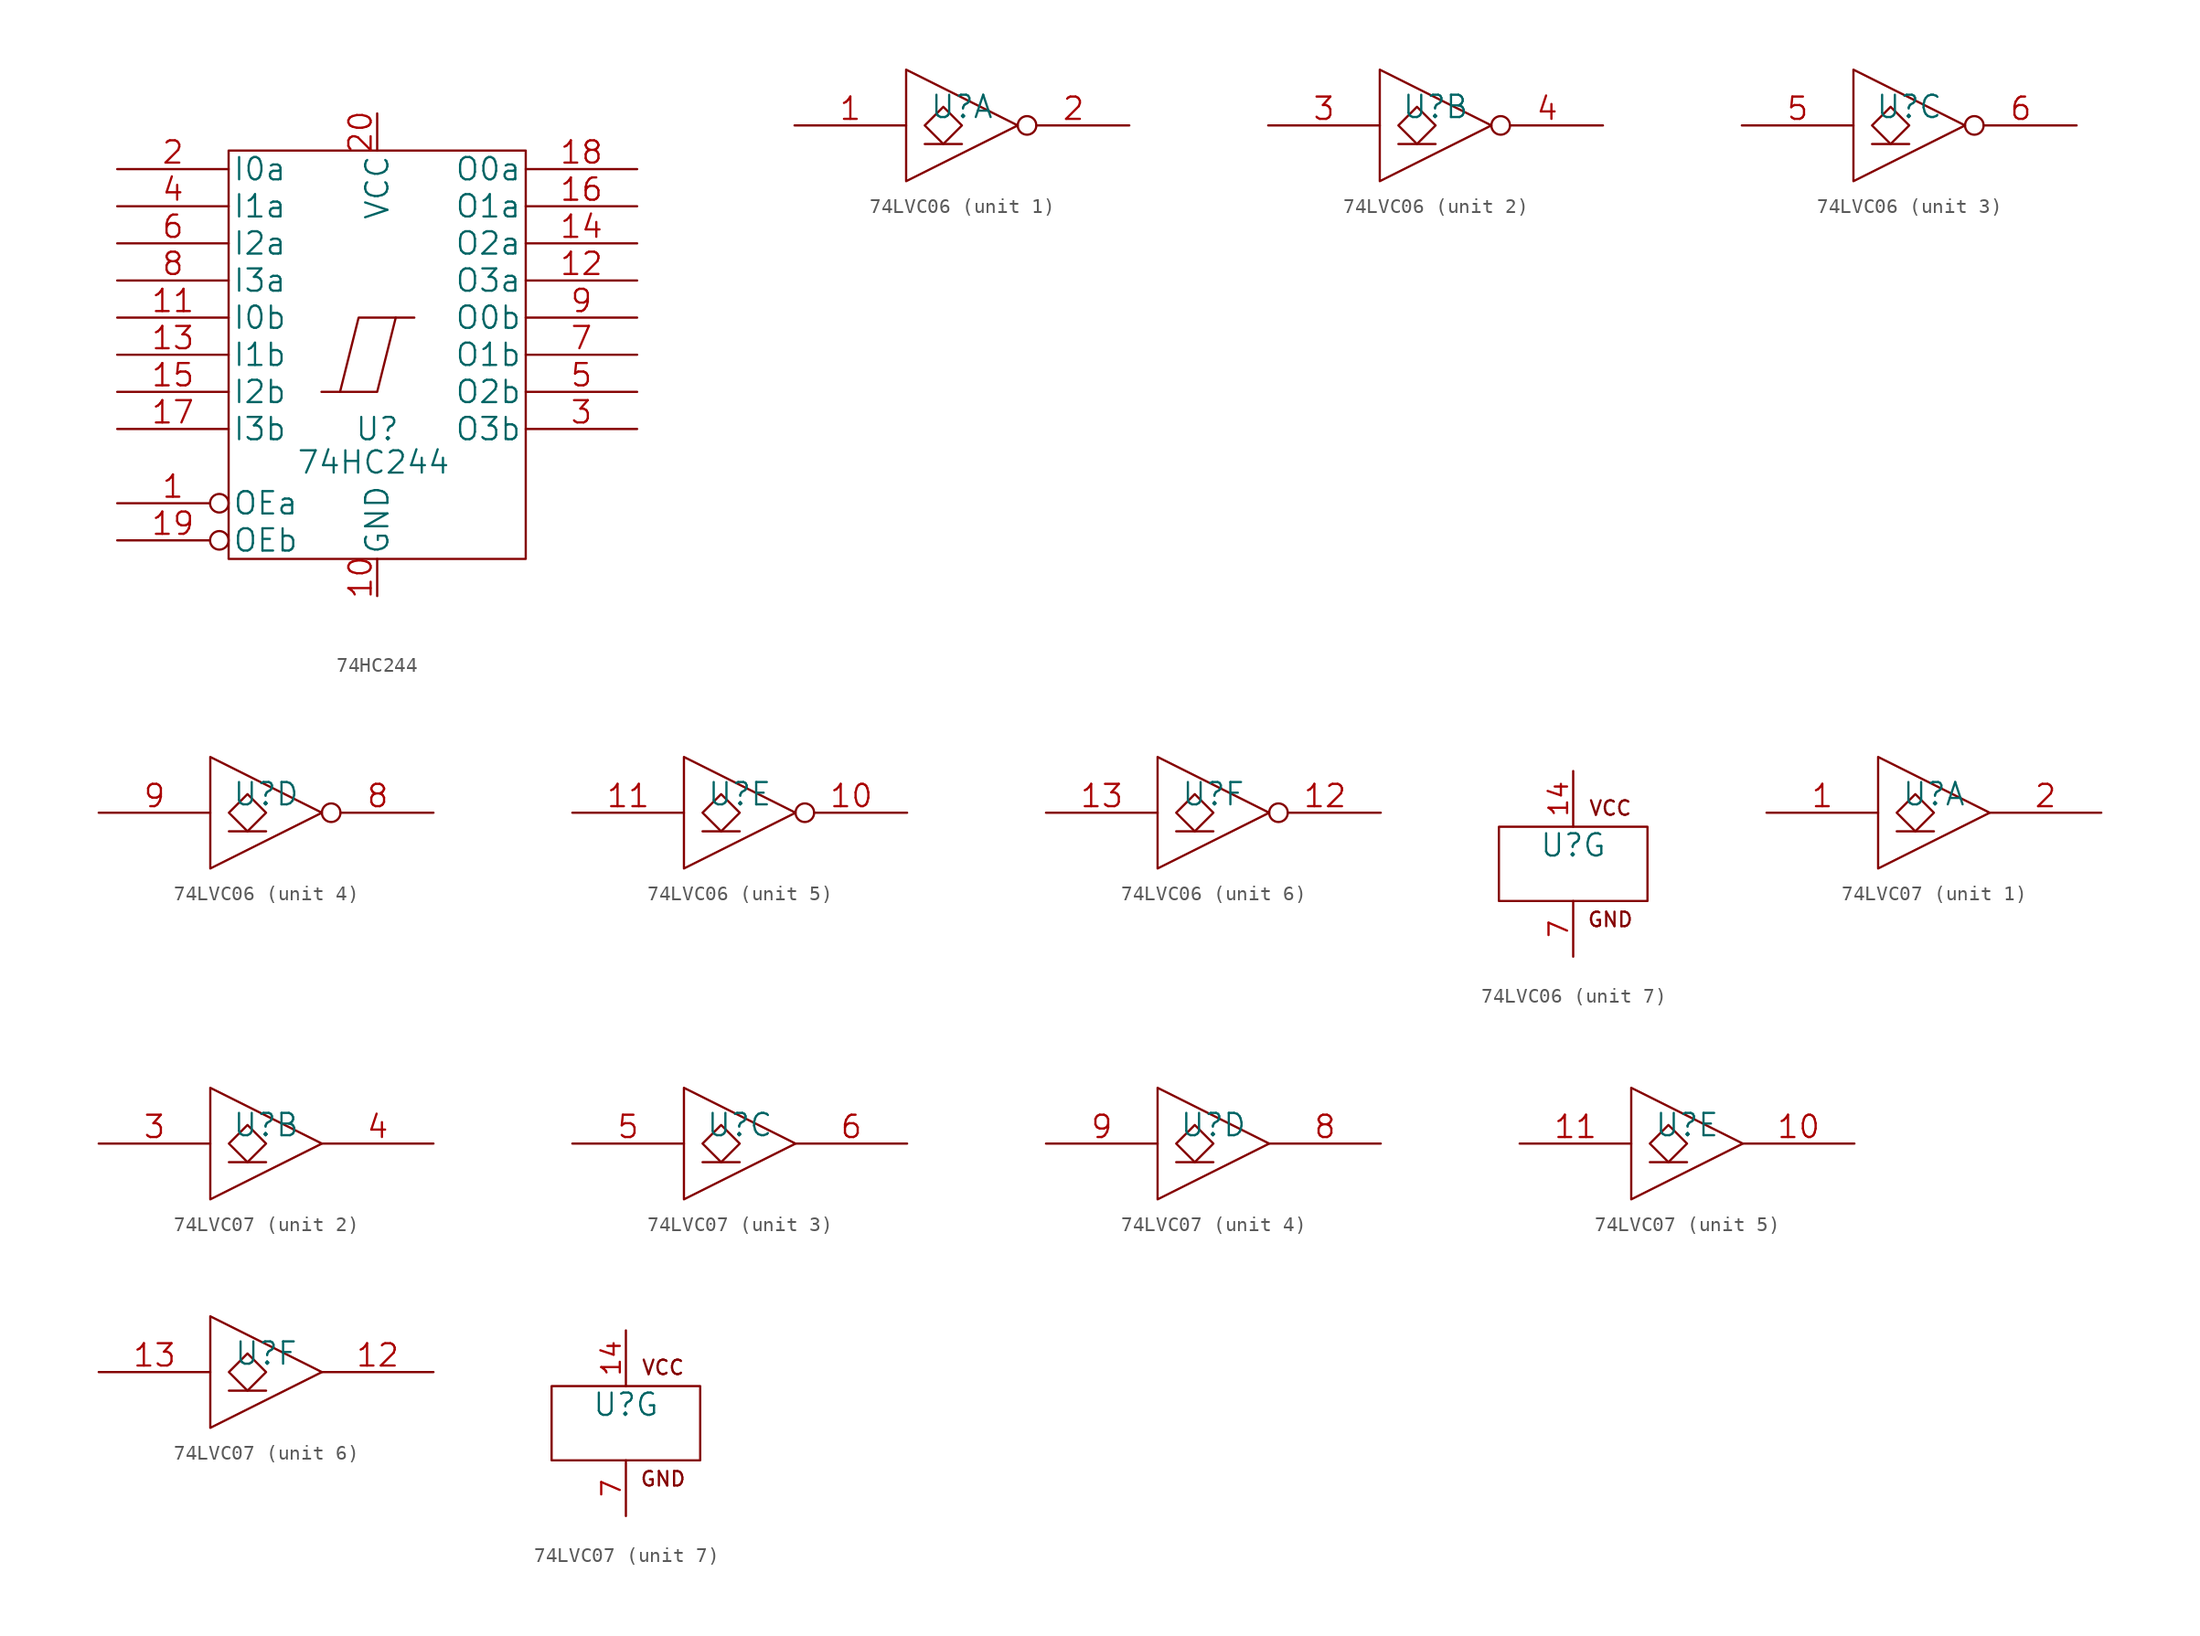
<source format=kicad_sym>
(kicad_symbol_lib
  (version 20211014)
  (generator kicad_symbol_editor)
  (symbol "74HC244"
    (pin_names
      (offset 0.254))
    (property "Reference" "U"
      (at 0 -5.08 0)
      (effects (font (size 1.524 1.524))))
    (property "Value" "74HC244"
      (at -0.254 -7.366 0)
      (effects (font (size 1.524 1.524))))
    (property "Footprint" ""
      (at 0 0 0)
      (effects (font (size 1.524 1.524))))
    (property "Datasheet" ""
      (at 0 0 0)
      (effects (font (size 1.524 1.524))))
    (symbol "74HC244_0_0"
      (pin power_in line (at 0 -16.51 90) (length 2.54) (name "GND" (effects (font (size 1.524 1.524)))) (number "10" (effects (font (size 1.524 1.524)))))
      (pin power_in line (at 0 16.51 270) (length 2.54) (name "VCC" (effects (font (size 1.524 1.524)))) (number "20" (effects (font (size 1.524 1.524))))))
    (symbol "74HC244_0_1"
      (rectangle (start -10.16 13.97) (end 10.16 -13.97) (stroke (width 0) (type default) (color 0 0 0 0)) (fill (type none)))
      (polyline (pts (xy 1.27 2.54) (xy 0 -2.54) (xy -2.54 -2.54)) (stroke (width 0) (type default) (color 0 0 0 0)) (fill (type none)))
      (polyline (pts (xy 2.54 2.54) (xy -1.27 2.54) (xy -2.54 -2.54) (xy -3.81 -2.54)) (stroke (width 0) (type default) (color 0 0 0 0)) (fill (type none))))
    (symbol "74HC244_1_1"
      (pin input inverted (at -17.78 -10.16 0) (length 7.62) (name "OEa" (effects (font (size 1.524 1.524)))) (number "1" (effects (font (size 1.524 1.524)))))
      (pin input line (at -17.78 2.54 0) (length 7.62) (name "I0b" (effects (font (size 1.524 1.524)))) (number "11" (effects (font (size 1.524 1.524)))))
      (pin tri_state line (at 17.78 5.08 180) (length 7.62) (name "O3a" (effects (font (size 1.524 1.524)))) (number "12" (effects (font (size 1.524 1.524)))))
      (pin input line (at -17.78 0 0) (length 7.62) (name "I1b" (effects (font (size 1.524 1.524)))) (number "13" (effects (font (size 1.524 1.524)))))
      (pin tri_state line (at 17.78 7.62 180) (length 7.62) (name "O2a" (effects (font (size 1.524 1.524)))) (number "14" (effects (font (size 1.524 1.524)))))
      (pin input line (at -17.78 -2.54 0) (length 7.62) (name "I2b" (effects (font (size 1.524 1.524)))) (number "15" (effects (font (size 1.524 1.524)))))
      (pin tri_state line (at 17.78 10.16 180) (length 7.62) (name "O1a" (effects (font (size 1.524 1.524)))) (number "16" (effects (font (size 1.524 1.524)))))
      (pin input line (at -17.78 -5.08 0) (length 7.62) (name "I3b" (effects (font (size 1.524 1.524)))) (number "17" (effects (font (size 1.524 1.524)))))
      (pin tri_state line (at 17.78 12.7 180) (length 7.62) (name "O0a" (effects (font (size 1.524 1.524)))) (number "18" (effects (font (size 1.524 1.524)))))
      (pin input inverted (at -17.78 -12.7 0) (length 7.62) (name "OEb" (effects (font (size 1.524 1.524)))) (number "19" (effects (font (size 1.524 1.524)))))
      (pin input line (at -17.78 12.7 0) (length 7.62) (name "I0a" (effects (font (size 1.524 1.524)))) (number "2" (effects (font (size 1.524 1.524)))))
      (pin tri_state line (at 17.78 -5.08 180) (length 7.62) (name "O3b" (effects (font (size 1.524 1.524)))) (number "3" (effects (font (size 1.524 1.524)))))
      (pin input line (at -17.78 10.16 0) (length 7.62) (name "I1a" (effects (font (size 1.524 1.524)))) (number "4" (effects (font (size 1.524 1.524)))))
      (pin tri_state line (at 17.78 -2.54 180) (length 7.62) (name "O2b" (effects (font (size 1.524 1.524)))) (number "5" (effects (font (size 1.524 1.524)))))
      (pin input line (at -17.78 7.62 0) (length 7.62) (name "I2a" (effects (font (size 1.524 1.524)))) (number "6" (effects (font (size 1.524 1.524)))))
      (pin tri_state line (at 17.78 0 180) (length 7.62) (name "O1b" (effects (font (size 1.524 1.524)))) (number "7" (effects (font (size 1.524 1.524)))))
      (pin input line (at -17.78 5.08 0) (length 7.62) (name "I3a" (effects (font (size 1.524 1.524)))) (number "8" (effects (font (size 1.524 1.524)))))
      (pin tri_state line (at 17.78 2.54 180) (length 7.62) (name "O0b" (effects (font (size 1.524 1.524)))) (number "9" (effects (font (size 1.524 1.524)))))))
  (symbol "74LVC06"
    (pin_names
      (offset 0.762))
    (property "Reference" "U"
      (at 0 1.27 0)
      (effects (font (size 1.524 1.524))))
    (property "Footprint" ""
      (at 0 0 0)
      (effects (font (size 1.524 1.524))))
    (property "Datasheet" ""
      (at 0 0 0)
      (effects (font (size 1.524 1.524))))
    (property "ki_locked" ""
      (at 0 0 0)
      (effects (font (size 1.27 1.27))))
    (symbol "74LVC06_1_0"
      (polyline (pts (xy -3.81 3.81) (xy -3.81 -3.81) (xy 3.81 0) (xy -3.81 3.81)) (stroke (width 0) (type default) (color 0 0 0 0)) (fill (type none))))
    (symbol "74LVC06_1_1"
      (polyline (pts (xy -2.54 -1.27) (xy 0 -1.27)) (stroke (width 0) (type default) (color 0 0 0 0)) (fill (type none)))
      (polyline (pts (xy -1.27 1.27) (xy -2.54 0) (xy -1.27 -1.27) (xy 0 0) (xy -1.27 1.27)) (stroke (width 0) (type default) (color 0 0 0 0)) (fill (type none)))
      (pin input line (at -11.43 0 0) (length 7.62) (name "~" (effects (font (size 1.524 1.524)))) (number "1" (effects (font (size 1.524 1.524)))))
      (pin open_collector inverted (at 11.43 0 180) (length 7.62) (name "~" (effects (font (size 1.524 1.524)))) (number "2" (effects (font (size 1.524 1.524))))))
    (symbol "74LVC06_2_0"
      (polyline (pts (xy -3.81 3.81) (xy -3.81 -3.81) (xy 3.81 0) (xy -3.81 3.81)) (stroke (width 0) (type default) (color 0 0 0 0)) (fill (type none))))
    (symbol "74LVC06_2_1"
      (polyline (pts (xy -2.54 -1.27) (xy 0 -1.27)) (stroke (width 0) (type default) (color 0 0 0 0)) (fill (type none)))
      (polyline (pts (xy -1.27 1.27) (xy -2.54 0) (xy -1.27 -1.27) (xy 0 0) (xy -1.27 1.27)) (stroke (width 0) (type default) (color 0 0 0 0)) (fill (type none)))
      (pin input line (at -11.43 0 0) (length 7.62) (name "~" (effects (font (size 1.524 1.524)))) (number "3" (effects (font (size 1.524 1.524)))))
      (pin open_collector inverted (at 11.43 0 180) (length 7.62) (name "~" (effects (font (size 1.524 1.524)))) (number "4" (effects (font (size 1.524 1.524))))))
    (symbol "74LVC06_3_0"
      (polyline (pts (xy -3.81 3.81) (xy -3.81 -3.81) (xy 3.81 0) (xy -3.81 3.81)) (stroke (width 0) (type default) (color 0 0 0 0)) (fill (type none))))
    (symbol "74LVC06_3_1"
      (polyline (pts (xy -2.54 -1.27) (xy 0 -1.27)) (stroke (width 0) (type default) (color 0 0 0 0)) (fill (type none)))
      (polyline (pts (xy -1.27 1.27) (xy -2.54 0) (xy -1.27 -1.27) (xy 0 0) (xy -1.27 1.27)) (stroke (width 0) (type default) (color 0 0 0 0)) (fill (type none)))
      (pin input line (at -11.43 0 0) (length 7.62) (name "~" (effects (font (size 1.524 1.524)))) (number "5" (effects (font (size 1.524 1.524)))))
      (pin open_collector inverted (at 11.43 0 180) (length 7.62) (name "~" (effects (font (size 1.524 1.524)))) (number "6" (effects (font (size 1.524 1.524))))))
    (symbol "74LVC06_4_0"
      (polyline (pts (xy -3.81 3.81) (xy -3.81 -3.81) (xy 3.81 0) (xy -3.81 3.81)) (stroke (width 0) (type default) (color 0 0 0 0)) (fill (type none))))
    (symbol "74LVC06_4_1"
      (polyline (pts (xy -2.54 -1.27) (xy 0 -1.27)) (stroke (width 0) (type default) (color 0 0 0 0)) (fill (type none)))
      (polyline (pts (xy -1.27 1.27) (xy -2.54 0) (xy -1.27 -1.27) (xy 0 0) (xy -1.27 1.27)) (stroke (width 0) (type default) (color 0 0 0 0)) (fill (type none)))
      (pin open_collector inverted (at 11.43 0 180) (length 7.62) (name "~" (effects (font (size 1.524 1.524)))) (number "8" (effects (font (size 1.524 1.524)))))
      (pin input line (at -11.43 0 0) (length 7.62) (name "~" (effects (font (size 1.524 1.524)))) (number "9" (effects (font (size 1.524 1.524))))))
    (symbol "74LVC06_5_0"
      (polyline (pts (xy -3.81 3.81) (xy -3.81 -3.81) (xy 3.81 0) (xy -3.81 3.81)) (stroke (width 0) (type default) (color 0 0 0 0)) (fill (type none))))
    (symbol "74LVC06_5_1"
      (polyline (pts (xy -2.54 -1.27) (xy 0 -1.27)) (stroke (width 0) (type default) (color 0 0 0 0)) (fill (type none)))
      (polyline (pts (xy -1.27 1.27) (xy -2.54 0) (xy -1.27 -1.27) (xy 0 0) (xy -1.27 1.27)) (stroke (width 0) (type default) (color 0 0 0 0)) (fill (type none)))
      (pin open_collector inverted (at 11.43 0 180) (length 7.62) (name "~" (effects (font (size 1.524 1.524)))) (number "10" (effects (font (size 1.524 1.524)))))
      (pin input line (at -11.43 0 0) (length 7.62) (name "~" (effects (font (size 1.524 1.524)))) (number "11" (effects (font (size 1.524 1.524))))))
    (symbol "74LVC06_6_0"
      (polyline (pts (xy -3.81 3.81) (xy -3.81 -3.81) (xy 3.81 0) (xy -3.81 3.81)) (stroke (width 0) (type default) (color 0 0 0 0)) (fill (type none))))
    (symbol "74LVC06_6_1"
      (polyline (pts (xy -2.54 -1.27) (xy 0 -1.27)) (stroke (width 0) (type default) (color 0 0 0 0)) (fill (type none)))
      (polyline (pts (xy -1.27 1.27) (xy -2.54 0) (xy -1.27 -1.27) (xy 0 0) (xy -1.27 1.27)) (stroke (width 0) (type default) (color 0 0 0 0)) (fill (type none)))
      (pin open_collector inverted (at 11.43 0 180) (length 7.62) (name "~" (effects (font (size 1.524 1.524)))) (number "12" (effects (font (size 1.524 1.524)))))
      (pin input line (at -11.43 0 0) (length 7.62) (name "~" (effects (font (size 1.524 1.524)))) (number "13" (effects (font (size 1.524 1.524))))))
    (symbol "74LVC06_7_0"
      (rectangle (start -5.08 2.54) (end 5.08 -2.54) (stroke (width 0) (type default) (color 0 0 0 0)) (fill (type none)))
      (text "GND" (at 2.54 -3.81 0) (effects (font (size 0.991 0.991))))
      (text "VCC" (at 2.54 3.81 0) (effects (font (size 0.991 0.991)))))
    (symbol "74LVC06_7_1"
      (pin power_in line (at 0 6.35 270) (length 3.81) (name "VCC" (effects (font (size 0 0)))) (number "14" (effects (font (size 1.27 1.27)))))
      (pin power_in line (at 0 -6.35 90) (length 3.81) (name "GND" (effects (font (size 0 0)))) (number "7" (effects (font (size 1.27 1.27)))))))
  (symbol "74LVC07"
    (pin_names
      (offset 0.762))
    (property "Reference" "U"
      (at 0 1.27 0)
      (effects (font (size 1.524 1.524))))
    (property "Datasheet" ""
      (at 0 0 0)
      (effects (font (size 1.524 1.524))))
    (property "ki_locked" ""
      (at 0 0 0)
      (effects (font (size 1.27 1.27))))
    (symbol "74LVC07_1_0"
      (polyline (pts (xy -3.81 3.81) (xy -3.81 -3.81) (xy 3.81 0) (xy -3.81 3.81)) (stroke (width 0) (type default) (color 0 0 0 0)) (fill (type none))))
    (symbol "74LVC07_1_1"
      (polyline (pts (xy -2.54 -1.27) (xy 0 -1.27)) (stroke (width 0) (type default) (color 0 0 0 0)) (fill (type none)))
      (polyline (pts (xy -1.27 1.27) (xy -2.54 0) (xy -1.27 -1.27) (xy 0 0) (xy -1.27 1.27)) (stroke (width 0) (type default) (color 0 0 0 0)) (fill (type none)))
      (pin input line (at -11.43 0 0) (length 7.62) (name "~" (effects (font (size 1.524 1.524)))) (number "1" (effects (font (size 1.524 1.524)))))
      (pin open_collector line (at 11.43 0 180) (length 7.62) (name "~" (effects (font (size 1.524 1.524)))) (number "2" (effects (font (size 1.524 1.524))))))
    (symbol "74LVC07_2_0"
      (polyline (pts (xy -3.81 3.81) (xy -3.81 -3.81) (xy 3.81 0) (xy -3.81 3.81)) (stroke (width 0) (type default) (color 0 0 0 0)) (fill (type none))))
    (symbol "74LVC07_2_1"
      (polyline (pts (xy -2.54 -1.27) (xy 0 -1.27)) (stroke (width 0) (type default) (color 0 0 0 0)) (fill (type none)))
      (polyline (pts (xy -1.27 1.27) (xy -2.54 0) (xy -1.27 -1.27) (xy 0 0) (xy -1.27 1.27)) (stroke (width 0) (type default) (color 0 0 0 0)) (fill (type none)))
      (pin input line (at -11.43 0 0) (length 7.62) (name "~" (effects (font (size 1.524 1.524)))) (number "3" (effects (font (size 1.524 1.524)))))
      (pin open_collector line (at 11.43 0 180) (length 7.62) (name "~" (effects (font (size 1.524 1.524)))) (number "4" (effects (font (size 1.524 1.524))))))
    (symbol "74LVC07_3_0"
      (polyline (pts (xy -3.81 3.81) (xy -3.81 -3.81) (xy 3.81 0) (xy -3.81 3.81)) (stroke (width 0) (type default) (color 0 0 0 0)) (fill (type none))))
    (symbol "74LVC07_3_1"
      (polyline (pts (xy -2.54 -1.27) (xy 0 -1.27)) (stroke (width 0) (type default) (color 0 0 0 0)) (fill (type none)))
      (polyline (pts (xy -1.27 1.27) (xy -2.54 0) (xy -1.27 -1.27) (xy 0 0) (xy -1.27 1.27)) (stroke (width 0) (type default) (color 0 0 0 0)) (fill (type none)))
      (pin input line (at -11.43 0 0) (length 7.62) (name "~" (effects (font (size 1.524 1.524)))) (number "5" (effects (font (size 1.524 1.524)))))
      (pin open_collector line (at 11.43 0 180) (length 7.62) (name "~" (effects (font (size 1.524 1.524)))) (number "6" (effects (font (size 1.524 1.524))))))
    (symbol "74LVC07_4_0"
      (polyline (pts (xy -3.81 3.81) (xy -3.81 -3.81) (xy 3.81 0) (xy -3.81 3.81)) (stroke (width 0) (type default) (color 0 0 0 0)) (fill (type none))))
    (symbol "74LVC07_4_1"
      (polyline (pts (xy -2.54 -1.27) (xy 0 -1.27)) (stroke (width 0) (type default) (color 0 0 0 0)) (fill (type none)))
      (polyline (pts (xy -1.27 1.27) (xy -2.54 0) (xy -1.27 -1.27) (xy 0 0) (xy -1.27 1.27)) (stroke (width 0) (type default) (color 0 0 0 0)) (fill (type none)))
      (pin open_collector line (at 11.43 0 180) (length 7.62) (name "~" (effects (font (size 1.524 1.524)))) (number "8" (effects (font (size 1.524 1.524)))))
      (pin input line (at -11.43 0 0) (length 7.62) (name "~" (effects (font (size 1.524 1.524)))) (number "9" (effects (font (size 1.524 1.524))))))
    (symbol "74LVC07_5_0"
      (polyline (pts (xy -3.81 3.81) (xy -3.81 -3.81) (xy 3.81 0) (xy -3.81 3.81)) (stroke (width 0) (type default) (color 0 0 0 0)) (fill (type none))))
    (symbol "74LVC07_5_1"
      (polyline (pts (xy -2.54 -1.27) (xy 0 -1.27)) (stroke (width 0) (type default) (color 0 0 0 0)) (fill (type none)))
      (polyline (pts (xy -1.27 1.27) (xy -2.54 0) (xy -1.27 -1.27) (xy 0 0) (xy -1.27 1.27)) (stroke (width 0) (type default) (color 0 0 0 0)) (fill (type none)))
      (pin open_collector line (at 11.43 0 180) (length 7.62) (name "~" (effects (font (size 1.524 1.524)))) (number "10" (effects (font (size 1.524 1.524)))))
      (pin input line (at -11.43 0 0) (length 7.62) (name "~" (effects (font (size 1.524 1.524)))) (number "11" (effects (font (size 1.524 1.524))))))
    (symbol "74LVC07_6_0"
      (polyline (pts (xy -3.81 3.81) (xy -3.81 -3.81) (xy 3.81 0) (xy -3.81 3.81)) (stroke (width 0) (type default) (color 0 0 0 0)) (fill (type none))))
    (symbol "74LVC07_6_1"
      (polyline (pts (xy -2.54 -1.27) (xy 0 -1.27)) (stroke (width 0) (type default) (color 0 0 0 0)) (fill (type none)))
      (polyline (pts (xy -1.27 1.27) (xy -2.54 0) (xy -1.27 -1.27) (xy 0 0) (xy -1.27 1.27)) (stroke (width 0) (type default) (color 0 0 0 0)) (fill (type none)))
      (pin open_collector line (at 11.43 0 180) (length 7.62) (name "~" (effects (font (size 1.524 1.524)))) (number "12" (effects (font (size 1.524 1.524)))))
      (pin input line (at -11.43 0 0) (length 7.62) (name "~" (effects (font (size 1.524 1.524)))) (number "13" (effects (font (size 1.524 1.524))))))
    (symbol "74LVC07_7_0"
      (rectangle (start -5.08 2.54) (end 5.08 -2.54) (stroke (width 0) (type default) (color 0 0 0 0)) (fill (type none)))
      (text "GND" (at 2.54 -3.81 0) (effects (font (size 0.991 0.991))))
      (text "VCC" (at 2.54 3.81 0) (effects (font (size 0.991 0.991)))))
    (symbol "74LVC07_7_1"
      (pin power_in line (at 0 6.35 270) (length 3.81) (name "VCC" (effects (font (size 0 0)))) (number "14" (effects (font (size 1.27 1.27)))))
      (pin power_in line (at 0 -6.35 90) (length 3.81) (name "GND" (effects (font (size 0 0)))) (number "7" (effects (font (size 1.27 1.27))))))))
</source>
